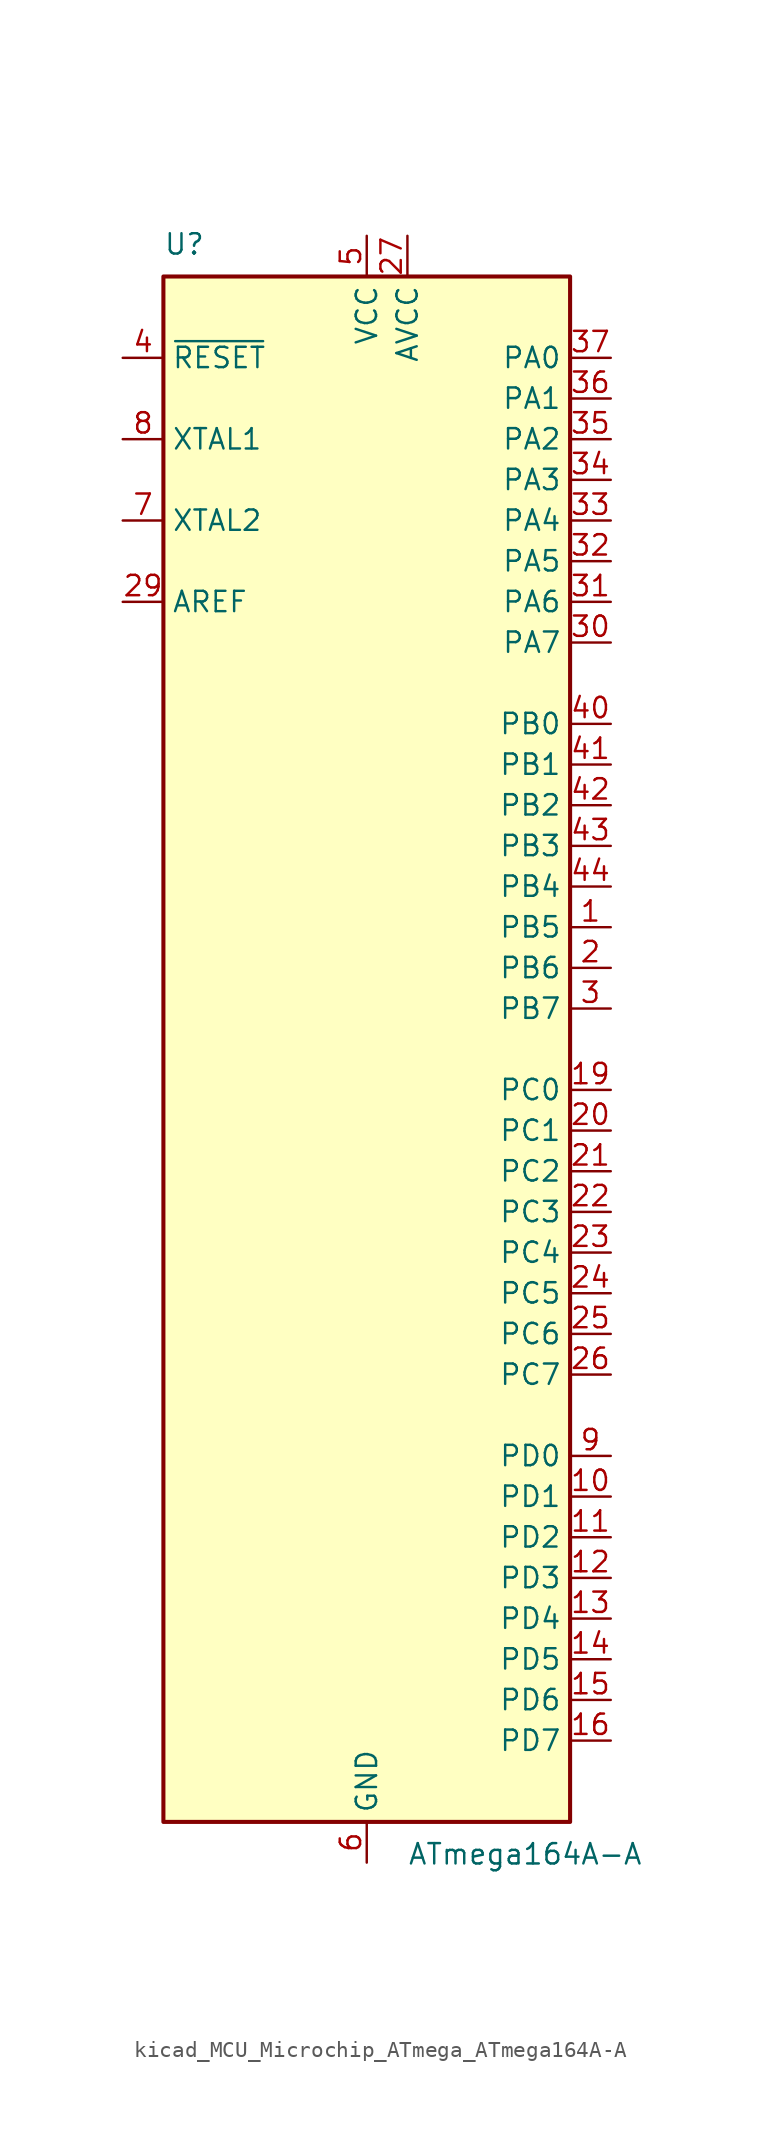
<source format=kicad_sym>
(kicad_symbol_lib
  (version 20220914)
  (generator kicad_symbol_editor)
  (symbol "kicad_MCU_Microchip_ATmega_ATmega164A-A"
    (property "Reference" "U"
      (at -12.7 49.53 0)
      (effects (font (size 1.27 1.27)) (justify left bottom)))
    (property "Value" "ATmega164A-A"
      (at 2.54 -49.53 0)
      (effects (font (size 1.27 1.27)) (justify left top)))
    (symbol "kicad_MCU_Microchip_ATmega_ATmega164A-A_0_1"
      (rectangle (start -12.7 -48.26) (end 12.7 48.26) (stroke (width 0.254) (type default)) (fill (type background))))
    (symbol "kicad_MCU_Microchip_ATmega_ATmega164A-A_1_1"
      (pin bidirectional line (at 15.24 7.62 180) (length 2.54) (name "PB5" (effects (font (size 1.27 1.27)))) (number "1" (effects (font (size 1.27 1.27)))))
      (pin bidirectional line (at 15.24 -27.94 180) (length 2.54) (name "PD1" (effects (font (size 1.27 1.27)))) (number "10" (effects (font (size 1.27 1.27)))))
      (pin bidirectional line (at 15.24 -30.48 180) (length 2.54) (name "PD2" (effects (font (size 1.27 1.27)))) (number "11" (effects (font (size 1.27 1.27)))))
      (pin bidirectional line (at 15.24 -33.02 180) (length 2.54) (name "PD3" (effects (font (size 1.27 1.27)))) (number "12" (effects (font (size 1.27 1.27)))))
      (pin bidirectional line (at 15.24 -35.56 180) (length 2.54) (name "PD4" (effects (font (size 1.27 1.27)))) (number "13" (effects (font (size 1.27 1.27)))))
      (pin bidirectional line (at 15.24 -38.1 180) (length 2.54) (name "PD5" (effects (font (size 1.27 1.27)))) (number "14" (effects (font (size 1.27 1.27)))))
      (pin bidirectional line (at 15.24 -40.64 180) (length 2.54) (name "PD6" (effects (font (size 1.27 1.27)))) (number "15" (effects (font (size 1.27 1.27)))))
      (pin bidirectional line (at 15.24 -43.18 180) (length 2.54) (name "PD7" (effects (font (size 1.27 1.27)))) (number "16" (effects (font (size 1.27 1.27)))))
      (pin passive line (at 0 50.8 270) (length 2.54) hide (name "VCC" (effects (font (size 1.27 1.27)))) (number "17" (effects (font (size 1.27 1.27)))))
      (pin passive line (at 0 -50.8 90) (length 2.54) hide (name "GND" (effects (font (size 1.27 1.27)))) (number "18" (effects (font (size 1.27 1.27)))))
      (pin bidirectional line (at 15.24 -2.54 180) (length 2.54) (name "PC0" (effects (font (size 1.27 1.27)))) (number "19" (effects (font (size 1.27 1.27)))))
      (pin bidirectional line (at 15.24 5.08 180) (length 2.54) (name "PB6" (effects (font (size 1.27 1.27)))) (number "2" (effects (font (size 1.27 1.27)))))
      (pin bidirectional line (at 15.24 -5.08 180) (length 2.54) (name "PC1" (effects (font (size 1.27 1.27)))) (number "20" (effects (font (size 1.27 1.27)))))
      (pin bidirectional line (at 15.24 -7.62 180) (length 2.54) (name "PC2" (effects (font (size 1.27 1.27)))) (number "21" (effects (font (size 1.27 1.27)))))
      (pin bidirectional line (at 15.24 -10.16 180) (length 2.54) (name "PC3" (effects (font (size 1.27 1.27)))) (number "22" (effects (font (size 1.27 1.27)))))
      (pin bidirectional line (at 15.24 -12.7 180) (length 2.54) (name "PC4" (effects (font (size 1.27 1.27)))) (number "23" (effects (font (size 1.27 1.27)))))
      (pin bidirectional line (at 15.24 -15.24 180) (length 2.54) (name "PC5" (effects (font (size 1.27 1.27)))) (number "24" (effects (font (size 1.27 1.27)))))
      (pin bidirectional line (at 15.24 -17.78 180) (length 2.54) (name "PC6" (effects (font (size 1.27 1.27)))) (number "25" (effects (font (size 1.27 1.27)))))
      (pin bidirectional line (at 15.24 -20.32 180) (length 2.54) (name "PC7" (effects (font (size 1.27 1.27)))) (number "26" (effects (font (size 1.27 1.27)))))
      (pin power_in line (at 2.54 50.8 270) (length 2.54) (name "AVCC" (effects (font (size 1.27 1.27)))) (number "27" (effects (font (size 1.27 1.27)))))
      (pin passive line (at 0 -50.8 90) (length 2.54) hide (name "GND" (effects (font (size 1.27 1.27)))) (number "28" (effects (font (size 1.27 1.27)))))
      (pin passive line (at -15.24 27.94 0) (length 2.54) (name "AREF" (effects (font (size 1.27 1.27)))) (number "29" (effects (font (size 1.27 1.27)))))
      (pin bidirectional line (at 15.24 2.54 180) (length 2.54) (name "PB7" (effects (font (size 1.27 1.27)))) (number "3" (effects (font (size 1.27 1.27)))))
      (pin bidirectional line (at 15.24 25.4 180) (length 2.54) (name "PA7" (effects (font (size 1.27 1.27)))) (number "30" (effects (font (size 1.27 1.27)))))
      (pin bidirectional line (at 15.24 27.94 180) (length 2.54) (name "PA6" (effects (font (size 1.27 1.27)))) (number "31" (effects (font (size 1.27 1.27)))))
      (pin bidirectional line (at 15.24 30.48 180) (length 2.54) (name "PA5" (effects (font (size 1.27 1.27)))) (number "32" (effects (font (size 1.27 1.27)))))
      (pin bidirectional line (at 15.24 33.02 180) (length 2.54) (name "PA4" (effects (font (size 1.27 1.27)))) (number "33" (effects (font (size 1.27 1.27)))))
      (pin bidirectional line (at 15.24 35.56 180) (length 2.54) (name "PA3" (effects (font (size 1.27 1.27)))) (number "34" (effects (font (size 1.27 1.27)))))
      (pin bidirectional line (at 15.24 38.1 180) (length 2.54) (name "PA2" (effects (font (size 1.27 1.27)))) (number "35" (effects (font (size 1.27 1.27)))))
      (pin bidirectional line (at 15.24 40.64 180) (length 2.54) (name "PA1" (effects (font (size 1.27 1.27)))) (number "36" (effects (font (size 1.27 1.27)))))
      (pin bidirectional line (at 15.24 43.18 180) (length 2.54) (name "PA0" (effects (font (size 1.27 1.27)))) (number "37" (effects (font (size 1.27 1.27)))))
      (pin passive line (at 0 50.8 270) (length 2.54) hide (name "VCC" (effects (font (size 1.27 1.27)))) (number "38" (effects (font (size 1.27 1.27)))))
      (pin passive line (at 0 -50.8 90) (length 2.54) hide (name "GND" (effects (font (size 1.27 1.27)))) (number "39" (effects (font (size 1.27 1.27)))))
      (pin input line (at -15.24 43.18 0) (length 2.54) (name "~{RESET}" (effects (font (size 1.27 1.27)))) (number "4" (effects (font (size 1.27 1.27)))))
      (pin bidirectional line (at 15.24 20.32 180) (length 2.54) (name "PB0" (effects (font (size 1.27 1.27)))) (number "40" (effects (font (size 1.27 1.27)))))
      (pin bidirectional line (at 15.24 17.78 180) (length 2.54) (name "PB1" (effects (font (size 1.27 1.27)))) (number "41" (effects (font (size 1.27 1.27)))))
      (pin bidirectional line (at 15.24 15.24 180) (length 2.54) (name "PB2" (effects (font (size 1.27 1.27)))) (number "42" (effects (font (size 1.27 1.27)))))
      (pin bidirectional line (at 15.24 12.7 180) (length 2.54) (name "PB3" (effects (font (size 1.27 1.27)))) (number "43" (effects (font (size 1.27 1.27)))))
      (pin bidirectional line (at 15.24 10.16 180) (length 2.54) (name "PB4" (effects (font (size 1.27 1.27)))) (number "44" (effects (font (size 1.27 1.27)))))
      (pin power_in line (at 0 50.8 270) (length 2.54) (name "VCC" (effects (font (size 1.27 1.27)))) (number "5" (effects (font (size 1.27 1.27)))))
      (pin power_in line (at 0 -50.8 90) (length 2.54) (name "GND" (effects (font (size 1.27 1.27)))) (number "6" (effects (font (size 1.27 1.27)))))
      (pin output line (at -15.24 33.02 0) (length 2.54) (name "XTAL2" (effects (font (size 1.27 1.27)))) (number "7" (effects (font (size 1.27 1.27)))))
      (pin input line (at -15.24 38.1 0) (length 2.54) (name "XTAL1" (effects (font (size 1.27 1.27)))) (number "8" (effects (font (size 1.27 1.27)))))
      (pin bidirectional line (at 15.24 -25.4 180) (length 2.54) (name "PD0" (effects (font (size 1.27 1.27)))) (number "9" (effects (font (size 1.27 1.27))))))))
</source>
